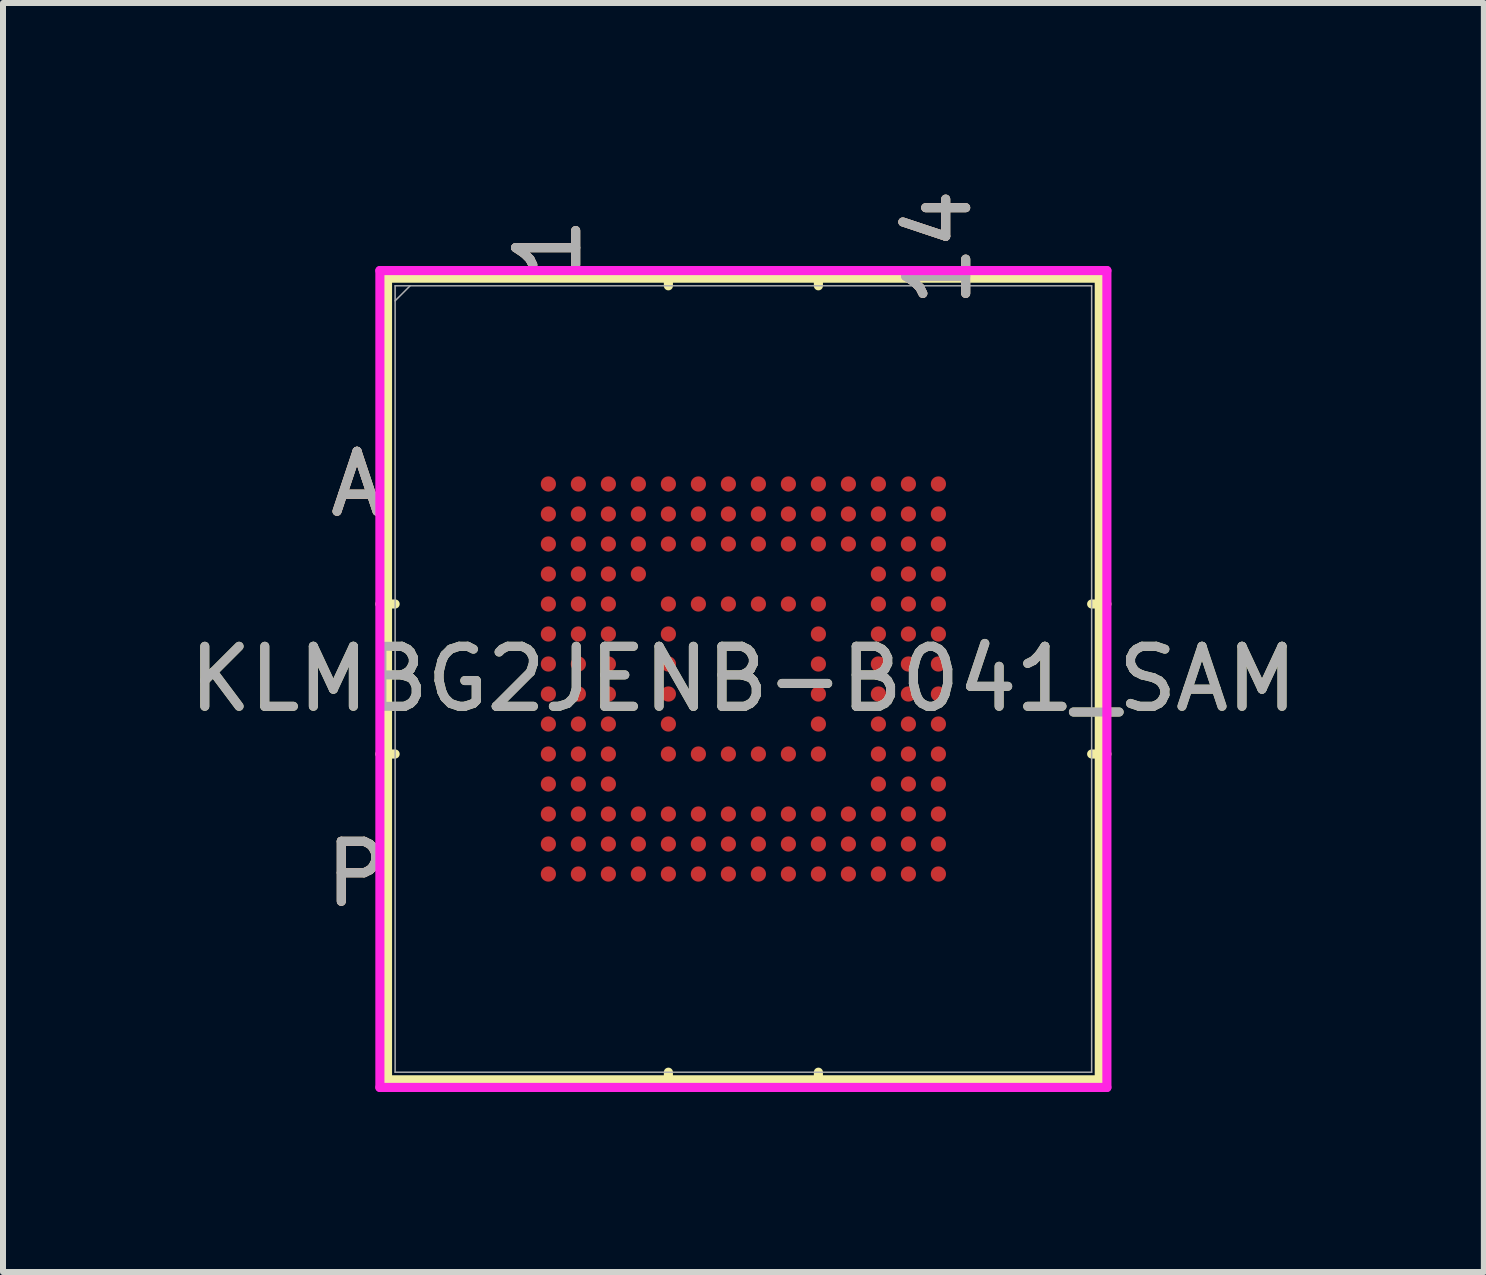
<source format=kicad_pcb>
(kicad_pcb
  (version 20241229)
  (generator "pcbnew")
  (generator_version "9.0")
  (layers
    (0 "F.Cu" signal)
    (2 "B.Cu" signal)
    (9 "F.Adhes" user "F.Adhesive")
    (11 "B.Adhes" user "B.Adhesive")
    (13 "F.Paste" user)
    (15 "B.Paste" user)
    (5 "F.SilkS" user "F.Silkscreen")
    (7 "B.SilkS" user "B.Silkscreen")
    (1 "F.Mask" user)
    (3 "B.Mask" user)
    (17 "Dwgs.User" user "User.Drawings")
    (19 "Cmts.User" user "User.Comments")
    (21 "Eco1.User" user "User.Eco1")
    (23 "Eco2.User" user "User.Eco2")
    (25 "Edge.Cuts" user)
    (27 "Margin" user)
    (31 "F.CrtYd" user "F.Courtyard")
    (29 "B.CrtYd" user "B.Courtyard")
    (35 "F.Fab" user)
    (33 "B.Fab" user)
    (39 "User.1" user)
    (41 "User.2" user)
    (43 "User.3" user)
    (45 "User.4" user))
  (footprint "KLMBG2JENB-B041_SAM"
    (layer "F.Cu")
    (at 9.339 8.266)
    (property "Reference" "KLMBG2JENB-B041_SAM" (at 0 0 0) (unlocked yes) (layer "F.SilkS") (effects (font (size 1 1) (thickness 0.15))))
    (attr smd)
    (fp_line (start -5.931 -6.68) (end -5.931 6.68) (stroke (width 0.152) (type solid)) (layer "F.SilkS"))
    (fp_line (start -5.931 6.68) (end 5.931 6.68) (stroke (width 0.152) (type solid)) (layer "F.SilkS"))
    (fp_line (start -5.804 -1.25) (end -6.058 -1.25) (stroke (width 0.152) (type solid)) (layer "F.SilkS"))
    (fp_line (start -5.804 1.25) (end -6.058 1.25) (stroke (width 0.152) (type solid)) (layer "F.SilkS"))
    (fp_line (start -1.25 -6.553) (end -1.25 -6.807) (stroke (width 0.152) (type solid)) (layer "F.SilkS"))
    (fp_line (start -1.25 6.553) (end -1.25 6.807) (stroke (width 0.152) (type solid)) (layer "F.SilkS"))
    (fp_line (start 1.25 -6.553) (end 1.25 -6.807) (stroke (width 0.152) (type solid)) (layer "F.SilkS"))
    (fp_line (start 1.25 6.553) (end 1.25 6.807) (stroke (width 0.152) (type solid)) (layer "F.SilkS"))
    (fp_line (start 5.804 -1.25) (end 6.058 -1.25) (stroke (width 0.152) (type solid)) (layer "F.SilkS"))
    (fp_line (start 5.804 1.25) (end 6.058 1.25) (stroke (width 0.152) (type solid)) (layer "F.SilkS"))
    (fp_line (start 5.931 -6.68) (end -5.931 -6.68) (stroke (width 0.152) (type solid)) (layer "F.SilkS"))
    (fp_line (start 5.931 6.68) (end 5.931 -6.68) (stroke (width 0.152) (type solid)) (layer "F.SilkS"))
    (fp_poly (pts (xy -3.945 -3.945) (xy 3.945 -3.945) (xy 3.945 3.945) (xy -3.945 3.945)) (stroke (width 0.1) (type solid)) (fill no) (layer "Eco2.User"))
    (fp_line (start -6.058 -6.807) (end 6.058 -6.807) (stroke (width 0.152) (type solid)) (layer "F.CrtYd"))
    (fp_line (start -6.058 6.807) (end -6.058 -6.807) (stroke (width 0.152) (type solid)) (layer "F.CrtYd"))
    (fp_line (start 6.058 -6.807) (end 6.058 6.807) (stroke (width 0.152) (type solid)) (layer "F.CrtYd"))
    (fp_line (start 6.058 6.807) (end -6.058 6.807) (stroke (width 0.152) (type solid)) (layer "F.CrtYd"))
    (fp_line (start -5.804 -6.553) (end -5.804 6.553) (stroke (width 0.025) (type solid)) (layer "F.Fab"))
    (fp_line (start -5.804 6.553) (end 5.804 6.553) (stroke (width 0.025) (type solid)) (layer "F.Fab"))
    (fp_line (start -5.554 -6.553) (end -5.804 -6.303) (stroke (width 0.025) (type solid)) (layer "F.Fab"))
    (fp_line (start 5.804 -6.553) (end -5.804 -6.553) (stroke (width 0.025) (type solid)) (layer "F.Fab"))
    (fp_line (start 5.804 6.553) (end 5.804 -6.553) (stroke (width 0.025) (type solid)) (layer "F.Fab"))
    (fp_text user "A" (at -6.439 -3.25 0) (unlocked yes) (layer "F.SilkS") (effects (font (size 1 1) (thickness 0.15))))
    (fp_text user "1" (at -3.25 -7.188 90) (unlocked yes) (layer "F.SilkS") (effects (font (size 1 1) (thickness 0.15))))
    (fp_text user "P" (at -6.439 3.25 0) (unlocked yes) (layer "F.SilkS") (effects (font (size 1 1) (thickness 0.15))))
    (fp_text user "14" (at 3.25 -7.188 90) (unlocked yes) (layer "F.SilkS") (effects (font (size 1 1) (thickness 0.15))))
    (fp_text user "1" (at -3.25 -7.188 90) (unlocked yes) (layer "B.SilkS") (effects (font (size 1 1) (thickness 0.15))))
    (fp_text user "A" (at -6.439 -3.25 0) (unlocked yes) (layer "B.SilkS") (effects (font (size 1 1) (thickness 0.15))))
    (fp_text user "P" (at -6.439 3.25 0) (unlocked yes) (layer "B.SilkS") (effects (font (size 1 1) (thickness 0.15))))
    (fp_text user "14" (at 3.25 -7.188 90) (unlocked yes) (layer "B.SilkS") (effects (font (size 1 1) (thickness 0.15))))
    (fp_text user "1" (at -3.25 -7.188 90) (unlocked yes) (layer "F.Fab") (effects (font (size 1 1) (thickness 0.15))))
    (fp_text user "A" (at -6.439 -3.25 0) (unlocked yes) (layer "F.Fab") (effects (font (size 1 1) (thickness 0.15))))
    (fp_text user "14" (at 3.25 -7.188 90) (unlocked yes) (layer "F.Fab") (effects (font (size 1 1) (thickness 0.15))))
    (fp_text user "P" (at -6.439 3.25 0) (unlocked yes) (layer "F.Fab") (effects (font (size 1 1) (thickness 0.15))))
    (fp_text user "${REFERENCE}" (at 0 0 0) (unlocked yes) (layer "F.Fab") (effects (font (size 1 1) (thickness 0.15))))
    (pad "A1" smd circle (at -3.25 -3.25) (size 0.254 0.254) (layers "F.Cu" "F.Mask" "F.Paste"))
    (pad "A2" smd circle (at -2.75 -3.25) (size 0.254 0.254) (layers "F.Cu" "F.Mask" "F.Paste"))
    (pad "A3" smd circle (at -2.25 -3.25) (size 0.254 0.254) (layers "F.Cu" "F.Mask" "F.Paste"))
    (pad "A4" smd circle (at -1.75 -3.25) (size 0.254 0.254) (layers "F.Cu" "F.Mask" "F.Paste"))
    (pad "A5" smd circle (at -1.25 -3.25) (size 0.254 0.254) (layers "F.Cu" "F.Mask" "F.Paste"))
    (pad "A6" smd circle (at -0.75 -3.25) (size 0.254 0.254) (layers "F.Cu" "F.Mask" "F.Paste"))
    (pad "A7" smd circle (at -0.25 -3.25) (size 0.254 0.254) (layers "F.Cu" "F.Mask" "F.Paste"))
    (pad "A8" smd circle (at 0.25 -3.25) (size 0.254 0.254) (layers "F.Cu" "F.Mask" "F.Paste"))
    (pad "A9" smd circle (at 0.75 -3.25) (size 0.254 0.254) (layers "F.Cu" "F.Mask" "F.Paste"))
    (pad "A10" smd circle (at 1.25 -3.25) (size 0.254 0.254) (layers "F.Cu" "F.Mask" "F.Paste"))
    (pad "A11" smd circle (at 1.75 -3.25) (size 0.254 0.254) (layers "F.Cu" "F.Mask" "F.Paste"))
    (pad "A12" smd circle (at 2.25 -3.25) (size 0.254 0.254) (layers "F.Cu" "F.Mask" "F.Paste"))
    (pad "A13" smd circle (at 2.75 -3.25) (size 0.254 0.254) (layers "F.Cu" "F.Mask" "F.Paste"))
    (pad "A14" smd circle (at 3.25 -3.25) (size 0.254 0.254) (layers "F.Cu" "F.Mask" "F.Paste"))
    (pad "B1" smd circle (at -3.25 -2.75) (size 0.254 0.254) (layers "F.Cu" "F.Mask" "F.Paste"))
    (pad "B2" smd circle (at -2.75 -2.75) (size 0.254 0.254) (layers "F.Cu" "F.Mask" "F.Paste"))
    (pad "B3" smd circle (at -2.25 -2.75) (size 0.254 0.254) (layers "F.Cu" "F.Mask" "F.Paste"))
    (pad "B4" smd circle (at -1.75 -2.75) (size 0.254 0.254) (layers "F.Cu" "F.Mask" "F.Paste"))
    (pad "B5" smd circle (at -1.25 -2.75) (size 0.254 0.254) (layers "F.Cu" "F.Mask" "F.Paste"))
    (pad "B6" smd circle (at -0.75 -2.75) (size 0.254 0.254) (layers "F.Cu" "F.Mask" "F.Paste"))
    (pad "B7" smd circle (at -0.25 -2.75) (size 0.254 0.254) (layers "F.Cu" "F.Mask" "F.Paste"))
    (pad "B8" smd circle (at 0.25 -2.75) (size 0.254 0.254) (layers "F.Cu" "F.Mask" "F.Paste"))
    (pad "B9" smd circle (at 0.75 -2.75) (size 0.254 0.254) (layers "F.Cu" "F.Mask" "F.Paste"))
    (pad "B10" smd circle (at 1.25 -2.75) (size 0.254 0.254) (layers "F.Cu" "F.Mask" "F.Paste"))
    (pad "B11" smd circle (at 1.75 -2.75) (size 0.254 0.254) (layers "F.Cu" "F.Mask" "F.Paste"))
    (pad "B12" smd circle (at 2.25 -2.75) (size 0.254 0.254) (layers "F.Cu" "F.Mask" "F.Paste"))
    (pad "B13" smd circle (at 2.75 -2.75) (size 0.254 0.254) (layers "F.Cu" "F.Mask" "F.Paste"))
    (pad "B14" smd circle (at 3.25 -2.75) (size 0.254 0.254) (layers "F.Cu" "F.Mask" "F.Paste"))
    (pad "C1" smd circle (at -3.25 -2.25) (size 0.254 0.254) (layers "F.Cu" "F.Mask" "F.Paste"))
    (pad "C2" smd circle (at -2.75 -2.25) (size 0.254 0.254) (layers "F.Cu" "F.Mask" "F.Paste"))
    (pad "C3" smd circle (at -2.25 -2.25) (size 0.254 0.254) (layers "F.Cu" "F.Mask" "F.Paste"))
    (pad "C4" smd circle (at -1.75 -2.25) (size 0.254 0.254) (layers "F.Cu" "F.Mask" "F.Paste"))
    (pad "C5" smd circle (at -1.25 -2.25) (size 0.254 0.254) (layers "F.Cu" "F.Mask" "F.Paste"))
    (pad "C6" smd circle (at -0.75 -2.25) (size 0.254 0.254) (layers "F.Cu" "F.Mask" "F.Paste"))
    (pad "C7" smd circle (at -0.25 -2.25) (size 0.254 0.254) (layers "F.Cu" "F.Mask" "F.Paste"))
    (pad "C8" smd circle (at 0.25 -2.25) (size 0.254 0.254) (layers "F.Cu" "F.Mask" "F.Paste"))
    (pad "C9" smd circle (at 0.75 -2.25) (size 0.254 0.254) (layers "F.Cu" "F.Mask" "F.Paste"))
    (pad "C10" smd circle (at 1.25 -2.25) (size 0.254 0.254) (layers "F.Cu" "F.Mask" "F.Paste"))
    (pad "C11" smd circle (at 1.75 -2.25) (size 0.254 0.254) (layers "F.Cu" "F.Mask" "F.Paste"))
    (pad "C12" smd circle (at 2.25 -2.25) (size 0.254 0.254) (layers "F.Cu" "F.Mask" "F.Paste"))
    (pad "C13" smd circle (at 2.75 -2.25) (size 0.254 0.254) (layers "F.Cu" "F.Mask" "F.Paste"))
    (pad "C14" smd circle (at 3.25 -2.25) (size 0.254 0.254) (layers "F.Cu" "F.Mask" "F.Paste"))
    (pad "D1" smd circle (at -3.25 -1.75) (size 0.254 0.254) (layers "F.Cu" "F.Mask" "F.Paste"))
    (pad "D2" smd circle (at -2.75 -1.75) (size 0.254 0.254) (layers "F.Cu" "F.Mask" "F.Paste"))
    (pad "D3" smd circle (at -2.25 -1.75) (size 0.254 0.254) (layers "F.Cu" "F.Mask" "F.Paste"))
    (pad "D4" smd circle (at -1.75 -1.75) (size 0.254 0.254) (layers "F.Cu" "F.Mask" "F.Paste"))
    (pad "D12" smd circle (at 2.25 -1.75) (size 0.254 0.254) (layers "F.Cu" "F.Mask" "F.Paste"))
    (pad "D13" smd circle (at 2.75 -1.75) (size 0.254 0.254) (layers "F.Cu" "F.Mask" "F.Paste"))
    (pad "D14" smd circle (at 3.25 -1.75) (size 0.254 0.254) (layers "F.Cu" "F.Mask" "F.Paste"))
    (pad "E1" smd circle (at -3.25 -1.25) (size 0.254 0.254) (layers "F.Cu" "F.Mask" "F.Paste"))
    (pad "E2" smd circle (at -2.75 -1.25) (size 0.254 0.254) (layers "F.Cu" "F.Mask" "F.Paste"))
    (pad "E3" smd circle (at -2.25 -1.25) (size 0.254 0.254) (layers "F.Cu" "F.Mask" "F.Paste"))
    (pad "E5" smd circle (at -1.25 -1.25) (size 0.254 0.254) (layers "F.Cu" "F.Mask" "F.Paste"))
    (pad "E6" smd circle (at -0.75 -1.25) (size 0.254 0.254) (layers "F.Cu" "F.Mask" "F.Paste"))
    (pad "E7" smd circle (at -0.25 -1.25) (size 0.254 0.254) (layers "F.Cu" "F.Mask" "F.Paste"))
    (pad "E8" smd circle (at 0.25 -1.25) (size 0.254 0.254) (layers "F.Cu" "F.Mask" "F.Paste"))
    (pad "E9" smd circle (at 0.75 -1.25) (size 0.254 0.254) (layers "F.Cu" "F.Mask" "F.Paste"))
    (pad "E10" smd circle (at 1.25 -1.25) (size 0.254 0.254) (layers "F.Cu" "F.Mask" "F.Paste"))
    (pad "E12" smd circle (at 2.25 -1.25) (size 0.254 0.254) (layers "F.Cu" "F.Mask" "F.Paste"))
    (pad "E13" smd circle (at 2.75 -1.25) (size 0.254 0.254) (layers "F.Cu" "F.Mask" "F.Paste"))
    (pad "E14" smd circle (at 3.25 -1.25) (size 0.254 0.254) (layers "F.Cu" "F.Mask" "F.Paste"))
    (pad "F1" smd circle (at -3.25 -0.75) (size 0.254 0.254) (layers "F.Cu" "F.Mask" "F.Paste"))
    (pad "F2" smd circle (at -2.75 -0.75) (size 0.254 0.254) (layers "F.Cu" "F.Mask" "F.Paste"))
    (pad "F3" smd circle (at -2.25 -0.75) (size 0.254 0.254) (layers "F.Cu" "F.Mask" "F.Paste"))
    (pad "F5" smd circle (at -1.25 -0.75) (size 0.254 0.254) (layers "F.Cu" "F.Mask" "F.Paste"))
    (pad "F10" smd circle (at 1.25 -0.75) (size 0.254 0.254) (layers "F.Cu" "F.Mask" "F.Paste"))
    (pad "F12" smd circle (at 2.25 -0.75) (size 0.254 0.254) (layers "F.Cu" "F.Mask" "F.Paste"))
    (pad "F13" smd circle (at 2.75 -0.75) (size 0.254 0.254) (layers "F.Cu" "F.Mask" "F.Paste"))
    (pad "F14" smd circle (at 3.25 -0.75) (size 0.254 0.254) (layers "F.Cu" "F.Mask" "F.Paste"))
    (pad "G1" smd circle (at -3.25 -0.25) (size 0.254 0.254) (layers "F.Cu" "F.Mask" "F.Paste"))
    (pad "G2" smd circle (at -2.75 -0.25) (size 0.254 0.254) (layers "F.Cu" "F.Mask" "F.Paste"))
    (pad "G3" smd circle (at -2.25 -0.25) (size 0.254 0.254) (layers "F.Cu" "F.Mask" "F.Paste"))
    (pad "G5" smd circle (at -1.25 -0.25) (size 0.254 0.254) (layers "F.Cu" "F.Mask" "F.Paste"))
    (pad "G10" smd circle (at 1.25 -0.25) (size 0.254 0.254) (layers "F.Cu" "F.Mask" "F.Paste"))
    (pad "G12" smd circle (at 2.25 -0.25) (size 0.254 0.254) (layers "F.Cu" "F.Mask" "F.Paste"))
    (pad "G13" smd circle (at 2.75 -0.25) (size 0.254 0.254) (layers "F.Cu" "F.Mask" "F.Paste"))
    (pad "G14" smd circle (at 3.25 -0.25) (size 0.254 0.254) (layers "F.Cu" "F.Mask" "F.Paste"))
    (pad "H1" smd circle (at -3.25 0.25) (size 0.254 0.254) (layers "F.Cu" "F.Mask" "F.Paste"))
    (pad "H2" smd circle (at -2.75 0.25) (size 0.254 0.254) (layers "F.Cu" "F.Mask" "F.Paste"))
    (pad "H3" smd circle (at -2.25 0.25) (size 0.254 0.254) (layers "F.Cu" "F.Mask" "F.Paste"))
    (pad "H5" smd circle (at -1.25 0.25) (size 0.254 0.254) (layers "F.Cu" "F.Mask" "F.Paste"))
    (pad "H10" smd circle (at 1.25 0.25) (size 0.254 0.254) (layers "F.Cu" "F.Mask" "F.Paste"))
    (pad "H12" smd circle (at 2.25 0.25) (size 0.254 0.254) (layers "F.Cu" "F.Mask" "F.Paste"))
    (pad "H13" smd circle (at 2.75 0.25) (size 0.254 0.254) (layers "F.Cu" "F.Mask" "F.Paste"))
    (pad "H14" smd circle (at 3.25 0.25) (size 0.254 0.254) (layers "F.Cu" "F.Mask" "F.Paste"))
    (pad "J1" smd circle (at -3.25 0.75) (size 0.254 0.254) (layers "F.Cu" "F.Mask" "F.Paste"))
    (pad "J2" smd circle (at -2.75 0.75) (size 0.254 0.254) (layers "F.Cu" "F.Mask" "F.Paste"))
    (pad "J3" smd circle (at -2.25 0.75) (size 0.254 0.254) (layers "F.Cu" "F.Mask" "F.Paste"))
    (pad "J5" smd circle (at -1.25 0.75) (size 0.254 0.254) (layers "F.Cu" "F.Mask" "F.Paste"))
    (pad "J10" smd circle (at 1.25 0.75) (size 0.254 0.254) (layers "F.Cu" "F.Mask" "F.Paste"))
    (pad "J12" smd circle (at 2.25 0.75) (size 0.254 0.254) (layers "F.Cu" "F.Mask" "F.Paste"))
    (pad "J13" smd circle (at 2.75 0.75) (size 0.254 0.254) (layers "F.Cu" "F.Mask" "F.Paste"))
    (pad "J14" smd circle (at 3.25 0.75) (size 0.254 0.254) (layers "F.Cu" "F.Mask" "F.Paste"))
    (pad "K1" smd circle (at -3.25 1.25) (size 0.254 0.254) (layers "F.Cu" "F.Mask" "F.Paste"))
    (pad "K2" smd circle (at -2.75 1.25) (size 0.254 0.254) (layers "F.Cu" "F.Mask" "F.Paste"))
    (pad "K3" smd circle (at -2.25 1.25) (size 0.254 0.254) (layers "F.Cu" "F.Mask" "F.Paste"))
    (pad "K5" smd circle (at -1.25 1.25) (size 0.254 0.254) (layers "F.Cu" "F.Mask" "F.Paste"))
    (pad "K6" smd circle (at -0.75 1.25) (size 0.254 0.254) (layers "F.Cu" "F.Mask" "F.Paste"))
    (pad "K7" smd circle (at -0.25 1.25) (size 0.254 0.254) (layers "F.Cu" "F.Mask" "F.Paste"))
    (pad "K8" smd circle (at 0.25 1.25) (size 0.254 0.254) (layers "F.Cu" "F.Mask" "F.Paste"))
    (pad "K9" smd circle (at 0.75 1.25) (size 0.254 0.254) (layers "F.Cu" "F.Mask" "F.Paste"))
    (pad "K10" smd circle (at 1.25 1.25) (size 0.254 0.254) (layers "F.Cu" "F.Mask" "F.Paste"))
    (pad "K12" smd circle (at 2.25 1.25) (size 0.254 0.254) (layers "F.Cu" "F.Mask" "F.Paste"))
    (pad "K13" smd circle (at 2.75 1.25) (size 0.254 0.254) (layers "F.Cu" "F.Mask" "F.Paste"))
    (pad "K14" smd circle (at 3.25 1.25) (size 0.254 0.254) (layers "F.Cu" "F.Mask" "F.Paste"))
    (pad "L1" smd circle (at -3.25 1.75) (size 0.254 0.254) (layers "F.Cu" "F.Mask" "F.Paste"))
    (pad "L2" smd circle (at -2.75 1.75) (size 0.254 0.254) (layers "F.Cu" "F.Mask" "F.Paste"))
    (pad "L3" smd circle (at -2.25 1.75) (size 0.254 0.254) (layers "F.Cu" "F.Mask" "F.Paste"))
    (pad "L12" smd circle (at 2.25 1.75) (size 0.254 0.254) (layers "F.Cu" "F.Mask" "F.Paste"))
    (pad "L13" smd circle (at 2.75 1.75) (size 0.254 0.254) (layers "F.Cu" "F.Mask" "F.Paste"))
    (pad "L14" smd circle (at 3.25 1.75) (size 0.254 0.254) (layers "F.Cu" "F.Mask" "F.Paste"))
    (pad "M1" smd circle (at -3.25 2.25) (size 0.254 0.254) (layers "F.Cu" "F.Mask" "F.Paste"))
    (pad "M2" smd circle (at -2.75 2.25) (size 0.254 0.254) (layers "F.Cu" "F.Mask" "F.Paste"))
    (pad "M3" smd circle (at -2.25 2.25) (size 0.254 0.254) (layers "F.Cu" "F.Mask" "F.Paste"))
    (pad "M4" smd circle (at -1.75 2.25) (size 0.254 0.254) (layers "F.Cu" "F.Mask" "F.Paste"))
    (pad "M5" smd circle (at -1.25 2.25) (size 0.254 0.254) (layers "F.Cu" "F.Mask" "F.Paste"))
    (pad "M6" smd circle (at -0.75 2.25) (size 0.254 0.254) (layers "F.Cu" "F.Mask" "F.Paste"))
    (pad "M7" smd circle (at -0.25 2.25) (size 0.254 0.254) (layers "F.Cu" "F.Mask" "F.Paste"))
    (pad "M8" smd circle (at 0.25 2.25) (size 0.254 0.254) (layers "F.Cu" "F.Mask" "F.Paste"))
    (pad "M9" smd circle (at 0.75 2.25) (size 0.254 0.254) (layers "F.Cu" "F.Mask" "F.Paste"))
    (pad "M10" smd circle (at 1.25 2.25) (size 0.254 0.254) (layers "F.Cu" "F.Mask" "F.Paste"))
    (pad "M11" smd circle (at 1.75 2.25) (size 0.254 0.254) (layers "F.Cu" "F.Mask" "F.Paste"))
    (pad "M12" smd circle (at 2.25 2.25) (size 0.254 0.254) (layers "F.Cu" "F.Mask" "F.Paste"))
    (pad "M13" smd circle (at 2.75 2.25) (size 0.254 0.254) (layers "F.Cu" "F.Mask" "F.Paste"))
    (pad "M14" smd circle (at 3.25 2.25) (size 0.254 0.254) (layers "F.Cu" "F.Mask" "F.Paste"))
    (pad "N1" smd circle (at -3.25 2.75) (size 0.254 0.254) (layers "F.Cu" "F.Mask" "F.Paste"))
    (pad "N2" smd circle (at -2.75 2.75) (size 0.254 0.254) (layers "F.Cu" "F.Mask" "F.Paste"))
    (pad "N3" smd circle (at -2.25 2.75) (size 0.254 0.254) (layers "F.Cu" "F.Mask" "F.Paste"))
    (pad "N4" smd circle (at -1.75 2.75) (size 0.254 0.254) (layers "F.Cu" "F.Mask" "F.Paste"))
    (pad "N5" smd circle (at -1.25 2.75) (size 0.254 0.254) (layers "F.Cu" "F.Mask" "F.Paste"))
    (pad "N6" smd circle (at -0.75 2.75) (size 0.254 0.254) (layers "F.Cu" "F.Mask" "F.Paste"))
    (pad "N7" smd circle (at -0.25 2.75) (size 0.254 0.254) (layers "F.Cu" "F.Mask" "F.Paste"))
    (pad "N8" smd circle (at 0.25 2.75) (size 0.254 0.254) (layers "F.Cu" "F.Mask" "F.Paste"))
    (pad "N9" smd circle (at 0.75 2.75) (size 0.254 0.254) (layers "F.Cu" "F.Mask" "F.Paste"))
    (pad "N10" smd circle (at 1.25 2.75) (size 0.254 0.254) (layers "F.Cu" "F.Mask" "F.Paste"))
    (pad "N11" smd circle (at 1.75 2.75) (size 0.254 0.254) (layers "F.Cu" "F.Mask" "F.Paste"))
    (pad "N12" smd circle (at 2.25 2.75) (size 0.254 0.254) (layers "F.Cu" "F.Mask" "F.Paste"))
    (pad "N13" smd circle (at 2.75 2.75) (size 0.254 0.254) (layers "F.Cu" "F.Mask" "F.Paste"))
    (pad "N14" smd circle (at 3.25 2.75) (size 0.254 0.254) (layers "F.Cu" "F.Mask" "F.Paste"))
    (pad "P1" smd circle (at -3.25 3.25) (size 0.254 0.254) (layers "F.Cu" "F.Mask" "F.Paste"))
    (pad "P2" smd circle (at -2.75 3.25) (size 0.254 0.254) (layers "F.Cu" "F.Mask" "F.Paste"))
    (pad "P3" smd circle (at -2.25 3.25) (size 0.254 0.254) (layers "F.Cu" "F.Mask" "F.Paste"))
    (pad "P4" smd circle (at -1.75 3.25) (size 0.254 0.254) (layers "F.Cu" "F.Mask" "F.Paste"))
    (pad "P5" smd circle (at -1.25 3.25) (size 0.254 0.254) (layers "F.Cu" "F.Mask" "F.Paste"))
    (pad "P6" smd circle (at -0.75 3.25) (size 0.254 0.254) (layers "F.Cu" "F.Mask" "F.Paste"))
    (pad "P7" smd circle (at -0.25 3.25) (size 0.254 0.254) (layers "F.Cu" "F.Mask" "F.Paste"))
    (pad "P8" smd circle (at 0.25 3.25) (size 0.254 0.254) (layers "F.Cu" "F.Mask" "F.Paste"))
    (pad "P9" smd circle (at 0.75 3.25) (size 0.254 0.254) (layers "F.Cu" "F.Mask" "F.Paste"))
    (pad "P10" smd circle (at 1.25 3.25) (size 0.254 0.254) (layers "F.Cu" "F.Mask" "F.Paste"))
    (pad "P11" smd circle (at 1.75 3.25) (size 0.254 0.254) (layers "F.Cu" "F.Mask" "F.Paste"))
    (pad "P12" smd circle (at 2.25 3.25) (size 0.254 0.254) (layers "F.Cu" "F.Mask" "F.Paste"))
    (pad "P13" smd circle (at 2.75 3.25) (size 0.254 0.254) (layers "F.Cu" "F.Mask" "F.Paste"))
    (pad "P14" smd circle (at 3.25 3.25) (size 0.254 0.254) (layers "F.Cu" "F.Mask" "F.Paste")))
  (gr_rect
    (start -3 -3)
    (end 21.679 18.149)
    (stroke (width 0.1) (type default))
    (fill no)
    (layer "Edge.Cuts")))
</source>
